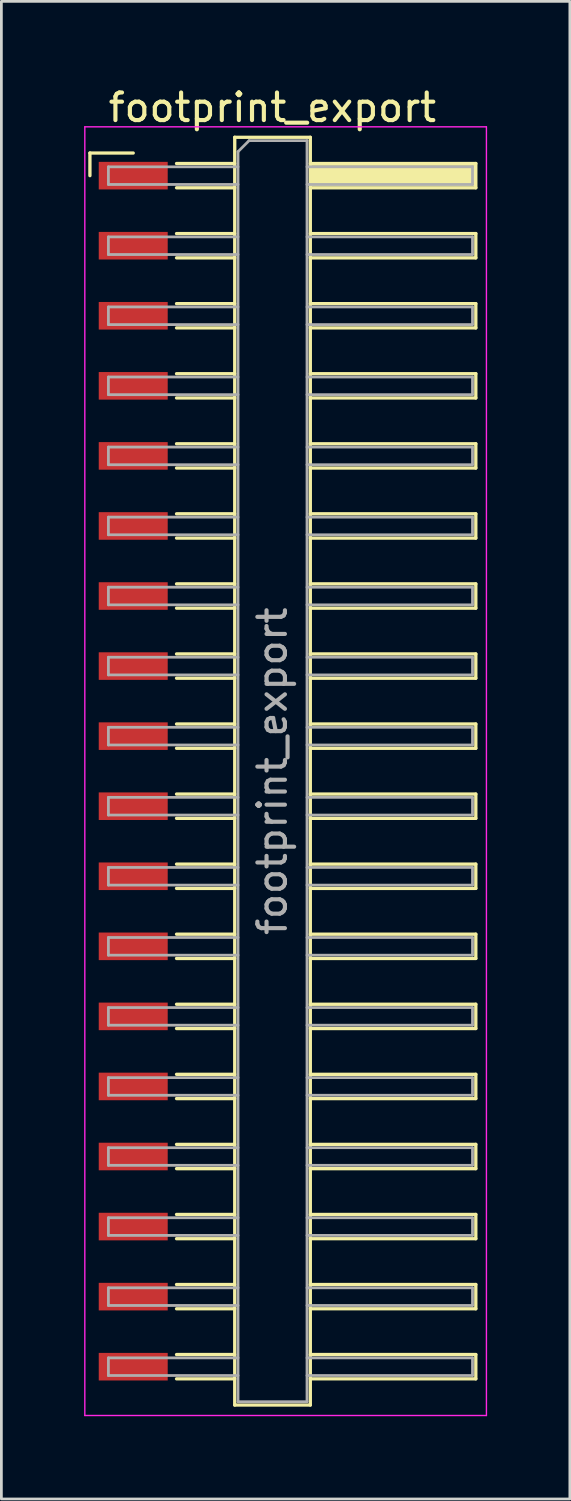
<source format=kicad_pcb>
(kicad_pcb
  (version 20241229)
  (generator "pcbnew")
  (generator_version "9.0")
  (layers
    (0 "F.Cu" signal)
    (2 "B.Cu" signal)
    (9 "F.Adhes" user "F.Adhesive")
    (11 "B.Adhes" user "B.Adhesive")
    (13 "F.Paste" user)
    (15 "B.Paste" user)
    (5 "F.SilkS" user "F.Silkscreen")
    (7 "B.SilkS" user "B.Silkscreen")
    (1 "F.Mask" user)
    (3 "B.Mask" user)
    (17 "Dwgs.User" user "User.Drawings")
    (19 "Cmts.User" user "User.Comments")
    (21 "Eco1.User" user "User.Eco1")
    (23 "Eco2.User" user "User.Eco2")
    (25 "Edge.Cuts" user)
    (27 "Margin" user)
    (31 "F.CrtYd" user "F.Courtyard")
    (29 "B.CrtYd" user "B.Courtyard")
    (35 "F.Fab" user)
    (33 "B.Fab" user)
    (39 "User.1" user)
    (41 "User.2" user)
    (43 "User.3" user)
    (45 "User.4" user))
  (footprint "footprint_export"
    (layer "F.Cu")
    (at 7.305 24.908)
    (property "Reference" "footprint_export" (at -0.48 -24.06 0) (layer "F.SilkS") (effects (font (size 1 1) (thickness 0.15))))
    (attr smd)
    (fp_line (start -7.095 -22.41) (end -5.525 -22.41) (stroke (width 0.12) (type solid)) (layer "F.SilkS"))
    (fp_line (start -7.095 -21.59) (end -7.095 -22.41) (stroke (width 0.12) (type solid)) (layer "F.SilkS"))
    (fp_line (start -3.955 -22.03) (end -1.845 -22.03) (stroke (width 0.12) (type solid)) (layer "F.SilkS"))
    (fp_line (start -3.955 -21.15) (end -1.845 -21.15) (stroke (width 0.12) (type solid)) (layer "F.SilkS"))
    (fp_line (start -3.955 -19.49) (end -1.845 -19.49) (stroke (width 0.12) (type solid)) (layer "F.SilkS"))
    (fp_line (start -3.955 -18.61) (end -1.845 -18.61) (stroke (width 0.12) (type solid)) (layer "F.SilkS"))
    (fp_line (start -3.955 -16.95) (end -1.845 -16.95) (stroke (width 0.12) (type solid)) (layer "F.SilkS"))
    (fp_line (start -3.955 -16.07) (end -1.845 -16.07) (stroke (width 0.12) (type solid)) (layer "F.SilkS"))
    (fp_line (start -3.955 -14.41) (end -1.845 -14.41) (stroke (width 0.12) (type solid)) (layer "F.SilkS"))
    (fp_line (start -3.955 -13.53) (end -1.845 -13.53) (stroke (width 0.12) (type solid)) (layer "F.SilkS"))
    (fp_line (start -3.955 -11.87) (end -1.845 -11.87) (stroke (width 0.12) (type solid)) (layer "F.SilkS"))
    (fp_line (start -3.955 -10.99) (end -1.845 -10.99) (stroke (width 0.12) (type solid)) (layer "F.SilkS"))
    (fp_line (start -3.955 -9.33) (end -1.845 -9.33) (stroke (width 0.12) (type solid)) (layer "F.SilkS"))
    (fp_line (start -3.955 -8.45) (end -1.845 -8.45) (stroke (width 0.12) (type solid)) (layer "F.SilkS"))
    (fp_line (start -3.955 -6.79) (end -1.845 -6.79) (stroke (width 0.12) (type solid)) (layer "F.SilkS"))
    (fp_line (start -3.955 -5.91) (end -1.845 -5.91) (stroke (width 0.12) (type solid)) (layer "F.SilkS"))
    (fp_line (start -3.955 -4.25) (end -1.845 -4.25) (stroke (width 0.12) (type solid)) (layer "F.SilkS"))
    (fp_line (start -3.955 -3.37) (end -1.845 -3.37) (stroke (width 0.12) (type solid)) (layer "F.SilkS"))
    (fp_line (start -3.955 -1.71) (end -1.845 -1.71) (stroke (width 0.12) (type solid)) (layer "F.SilkS"))
    (fp_line (start -3.955 -0.83) (end -1.845 -0.83) (stroke (width 0.12) (type solid)) (layer "F.SilkS"))
    (fp_line (start -3.955 0.83) (end -1.845 0.83) (stroke (width 0.12) (type solid)) (layer "F.SilkS"))
    (fp_line (start -3.955 1.71) (end -1.845 1.71) (stroke (width 0.12) (type solid)) (layer "F.SilkS"))
    (fp_line (start -3.955 3.37) (end -1.845 3.37) (stroke (width 0.12) (type solid)) (layer "F.SilkS"))
    (fp_line (start -3.955 4.25) (end -1.845 4.25) (stroke (width 0.12) (type solid)) (layer "F.SilkS"))
    (fp_line (start -3.955 5.91) (end -1.845 5.91) (stroke (width 0.12) (type solid)) (layer "F.SilkS"))
    (fp_line (start -3.955 6.79) (end -1.845 6.79) (stroke (width 0.12) (type solid)) (layer "F.SilkS"))
    (fp_line (start -3.955 8.45) (end -1.845 8.45) (stroke (width 0.12) (type solid)) (layer "F.SilkS"))
    (fp_line (start -3.955 9.33) (end -1.845 9.33) (stroke (width 0.12) (type solid)) (layer "F.SilkS"))
    (fp_line (start -3.955 10.99) (end -1.845 10.99) (stroke (width 0.12) (type solid)) (layer "F.SilkS"))
    (fp_line (start -3.955 11.87) (end -1.845 11.87) (stroke (width 0.12) (type solid)) (layer "F.SilkS"))
    (fp_line (start -3.955 13.53) (end -1.845 13.53) (stroke (width 0.12) (type solid)) (layer "F.SilkS"))
    (fp_line (start -3.955 14.41) (end -1.845 14.41) (stroke (width 0.12) (type solid)) (layer "F.SilkS"))
    (fp_line (start -3.955 16.07) (end -1.845 16.07) (stroke (width 0.12) (type solid)) (layer "F.SilkS"))
    (fp_line (start -3.955 16.95) (end -1.845 16.95) (stroke (width 0.12) (type solid)) (layer "F.SilkS"))
    (fp_line (start -3.955 18.61) (end -1.845 18.61) (stroke (width 0.12) (type solid)) (layer "F.SilkS"))
    (fp_line (start -3.955 19.49) (end -1.845 19.49) (stroke (width 0.12) (type solid)) (layer "F.SilkS"))
    (fp_line (start -3.955 21.15) (end -1.845 21.15) (stroke (width 0.12) (type solid)) (layer "F.SilkS"))
    (fp_line (start -3.955 22.03) (end -1.845 22.03) (stroke (width 0.12) (type solid)) (layer "F.SilkS"))
    (fp_line (start -1.845 -22.98) (end 0.895 -22.98) (stroke (width 0.12) (type solid)) (layer "F.SilkS"))
    (fp_line (start -1.845 22.98) (end -1.845 -22.98) (stroke (width 0.12) (type solid)) (layer "F.SilkS"))
    (fp_line (start 0.895 -22.98) (end 0.895 22.98) (stroke (width 0.12) (type solid)) (layer "F.SilkS"))
    (fp_line (start 0.895 -22.03) (end 6.895 -22.03) (stroke (width 0.12) (type solid)) (layer "F.SilkS"))
    (fp_line (start 0.895 -19.49) (end 6.895 -19.49) (stroke (width 0.12) (type solid)) (layer "F.SilkS"))
    (fp_line (start 0.895 -16.95) (end 6.895 -16.95) (stroke (width 0.12) (type solid)) (layer "F.SilkS"))
    (fp_line (start 0.895 -14.41) (end 6.895 -14.41) (stroke (width 0.12) (type solid)) (layer "F.SilkS"))
    (fp_line (start 0.895 -11.87) (end 6.895 -11.87) (stroke (width 0.12) (type solid)) (layer "F.SilkS"))
    (fp_line (start 0.895 -9.33) (end 6.895 -9.33) (stroke (width 0.12) (type solid)) (layer "F.SilkS"))
    (fp_line (start 0.895 -6.79) (end 6.895 -6.79) (stroke (width 0.12) (type solid)) (layer "F.SilkS"))
    (fp_line (start 0.895 -4.25) (end 6.895 -4.25) (stroke (width 0.12) (type solid)) (layer "F.SilkS"))
    (fp_line (start 0.895 -1.71) (end 6.895 -1.71) (stroke (width 0.12) (type solid)) (layer "F.SilkS"))
    (fp_line (start 0.895 0.83) (end 6.895 0.83) (stroke (width 0.12) (type solid)) (layer "F.SilkS"))
    (fp_line (start 0.895 3.37) (end 6.895 3.37) (stroke (width 0.12) (type solid)) (layer "F.SilkS"))
    (fp_line (start 0.895 5.91) (end 6.895 5.91) (stroke (width 0.12) (type solid)) (layer "F.SilkS"))
    (fp_line (start 0.895 8.45) (end 6.895 8.45) (stroke (width 0.12) (type solid)) (layer "F.SilkS"))
    (fp_line (start 0.895 10.99) (end 6.895 10.99) (stroke (width 0.12) (type solid)) (layer "F.SilkS"))
    (fp_line (start 0.895 13.53) (end 6.895 13.53) (stroke (width 0.12) (type solid)) (layer "F.SilkS"))
    (fp_line (start 0.895 16.07) (end 6.895 16.07) (stroke (width 0.12) (type solid)) (layer "F.SilkS"))
    (fp_line (start 0.895 18.61) (end 6.895 18.61) (stroke (width 0.12) (type solid)) (layer "F.SilkS"))
    (fp_line (start 0.895 21.15) (end 6.895 21.15) (stroke (width 0.12) (type solid)) (layer "F.SilkS"))
    (fp_line (start 0.895 22.98) (end -1.845 22.98) (stroke (width 0.12) (type solid)) (layer "F.SilkS"))
    (fp_line (start 6.895 -22.03) (end 6.895 -21.15) (stroke (width 0.12) (type solid)) (layer "F.SilkS"))
    (fp_line (start 6.895 -21.15) (end 0.895 -21.15) (stroke (width 0.12) (type solid)) (layer "F.SilkS"))
    (fp_line (start 6.895 -19.49) (end 6.895 -18.61) (stroke (width 0.12) (type solid)) (layer "F.SilkS"))
    (fp_line (start 6.895 -18.61) (end 0.895 -18.61) (stroke (width 0.12) (type solid)) (layer "F.SilkS"))
    (fp_line (start 6.895 -16.95) (end 6.895 -16.07) (stroke (width 0.12) (type solid)) (layer "F.SilkS"))
    (fp_line (start 6.895 -16.07) (end 0.895 -16.07) (stroke (width 0.12) (type solid)) (layer "F.SilkS"))
    (fp_line (start 6.895 -14.41) (end 6.895 -13.53) (stroke (width 0.12) (type solid)) (layer "F.SilkS"))
    (fp_line (start 6.895 -13.53) (end 0.895 -13.53) (stroke (width 0.12) (type solid)) (layer "F.SilkS"))
    (fp_line (start 6.895 -11.87) (end 6.895 -10.99) (stroke (width 0.12) (type solid)) (layer "F.SilkS"))
    (fp_line (start 6.895 -10.99) (end 0.895 -10.99) (stroke (width 0.12) (type solid)) (layer "F.SilkS"))
    (fp_line (start 6.895 -9.33) (end 6.895 -8.45) (stroke (width 0.12) (type solid)) (layer "F.SilkS"))
    (fp_line (start 6.895 -8.45) (end 0.895 -8.45) (stroke (width 0.12) (type solid)) (layer "F.SilkS"))
    (fp_line (start 6.895 -6.79) (end 6.895 -5.91) (stroke (width 0.12) (type solid)) (layer "F.SilkS"))
    (fp_line (start 6.895 -5.91) (end 0.895 -5.91) (stroke (width 0.12) (type solid)) (layer "F.SilkS"))
    (fp_line (start 6.895 -4.25) (end 6.895 -3.37) (stroke (width 0.12) (type solid)) (layer "F.SilkS"))
    (fp_line (start 6.895 -3.37) (end 0.895 -3.37) (stroke (width 0.12) (type solid)) (layer "F.SilkS"))
    (fp_line (start 6.895 -1.71) (end 6.895 -0.83) (stroke (width 0.12) (type solid)) (layer "F.SilkS"))
    (fp_line (start 6.895 -0.83) (end 0.895 -0.83) (stroke (width 0.12) (type solid)) (layer "F.SilkS"))
    (fp_line (start 6.895 0.83) (end 6.895 1.71) (stroke (width 0.12) (type solid)) (layer "F.SilkS"))
    (fp_line (start 6.895 1.71) (end 0.895 1.71) (stroke (width 0.12) (type solid)) (layer "F.SilkS"))
    (fp_line (start 6.895 3.37) (end 6.895 4.25) (stroke (width 0.12) (type solid)) (layer "F.SilkS"))
    (fp_line (start 6.895 4.25) (end 0.895 4.25) (stroke (width 0.12) (type solid)) (layer "F.SilkS"))
    (fp_line (start 6.895 5.91) (end 6.895 6.79) (stroke (width 0.12) (type solid)) (layer "F.SilkS"))
    (fp_line (start 6.895 6.79) (end 0.895 6.79) (stroke (width 0.12) (type solid)) (layer "F.SilkS"))
    (fp_line (start 6.895 8.45) (end 6.895 9.33) (stroke (width 0.12) (type solid)) (layer "F.SilkS"))
    (fp_line (start 6.895 9.33) (end 0.895 9.33) (stroke (width 0.12) (type solid)) (layer "F.SilkS"))
    (fp_line (start 6.895 10.99) (end 6.895 11.87) (stroke (width 0.12) (type solid)) (layer "F.SilkS"))
    (fp_line (start 6.895 11.87) (end 0.895 11.87) (stroke (width 0.12) (type solid)) (layer "F.SilkS"))
    (fp_line (start 6.895 13.53) (end 6.895 14.41) (stroke (width 0.12) (type solid)) (layer "F.SilkS"))
    (fp_line (start 6.895 14.41) (end 0.895 14.41) (stroke (width 0.12) (type solid)) (layer "F.SilkS"))
    (fp_line (start 6.895 16.07) (end 6.895 16.95) (stroke (width 0.12) (type solid)) (layer "F.SilkS"))
    (fp_line (start 6.895 16.95) (end 0.895 16.95) (stroke (width 0.12) (type solid)) (layer "F.SilkS"))
    (fp_line (start 6.895 18.61) (end 6.895 19.49) (stroke (width 0.12) (type solid)) (layer "F.SilkS"))
    (fp_line (start 6.895 19.49) (end 0.895 19.49) (stroke (width 0.12) (type solid)) (layer "F.SilkS"))
    (fp_line (start 6.895 21.15) (end 6.895 22.03) (stroke (width 0.12) (type solid)) (layer "F.SilkS"))
    (fp_line (start 6.895 22.03) (end 0.895 22.03) (stroke (width 0.12) (type solid)) (layer "F.SilkS"))
    (fp_line (start -7.28 -23.36) (end 7.28 -23.36) (stroke (width 0.05) (type solid)) (layer "F.CrtYd"))
    (fp_line (start -7.28 23.36) (end -7.28 -23.36) (stroke (width 0.05) (type solid)) (layer "F.CrtYd"))
    (fp_line (start 7.28 -23.36) (end 7.28 23.36) (stroke (width 0.05) (type solid)) (layer "F.CrtYd"))
    (fp_line (start 7.28 23.36) (end -7.28 23.36) (stroke (width 0.05) (type solid)) (layer "F.CrtYd"))
    (fp_line (start -6.425 -21.91) (end -6.425 -21.27) (stroke (width 0.1) (type solid)) (layer "F.Fab"))
    (fp_line (start -6.425 -21.27) (end -1.725 -21.27) (stroke (width 0.1) (type solid)) (layer "F.Fab"))
    (fp_line (start -6.425 -19.37) (end -6.425 -18.73) (stroke (width 0.1) (type solid)) (layer "F.Fab"))
    (fp_line (start -6.425 -18.73) (end -1.725 -18.73) (stroke (width 0.1) (type solid)) (layer "F.Fab"))
    (fp_line (start -6.425 -16.83) (end -6.425 -16.19) (stroke (width 0.1) (type solid)) (layer "F.Fab"))
    (fp_line (start -6.425 -16.19) (end -1.725 -16.19) (stroke (width 0.1) (type solid)) (layer "F.Fab"))
    (fp_line (start -6.425 -14.29) (end -6.425 -13.65) (stroke (width 0.1) (type solid)) (layer "F.Fab"))
    (fp_line (start -6.425 -13.65) (end -1.725 -13.65) (stroke (width 0.1) (type solid)) (layer "F.Fab"))
    (fp_line (start -6.425 -11.75) (end -6.425 -11.11) (stroke (width 0.1) (type solid)) (layer "F.Fab"))
    (fp_line (start -6.425 -11.11) (end -1.725 -11.11) (stroke (width 0.1) (type solid)) (layer "F.Fab"))
    (fp_line (start -6.425 -9.21) (end -6.425 -8.57) (stroke (width 0.1) (type solid)) (layer "F.Fab"))
    (fp_line (start -6.425 -8.57) (end -1.725 -8.57) (stroke (width 0.1) (type solid)) (layer "F.Fab"))
    (fp_line (start -6.425 -6.67) (end -6.425 -6.03) (stroke (width 0.1) (type solid)) (layer "F.Fab"))
    (fp_line (start -6.425 -6.03) (end -1.725 -6.03) (stroke (width 0.1) (type solid)) (layer "F.Fab"))
    (fp_line (start -6.425 -4.13) (end -6.425 -3.49) (stroke (width 0.1) (type solid)) (layer "F.Fab"))
    (fp_line (start -6.425 -3.49) (end -1.725 -3.49) (stroke (width 0.1) (type solid)) (layer "F.Fab"))
    (fp_line (start -6.425 -1.59) (end -6.425 -0.95) (stroke (width 0.1) (type solid)) (layer "F.Fab"))
    (fp_line (start -6.425 -0.95) (end -1.725 -0.95) (stroke (width 0.1) (type solid)) (layer "F.Fab"))
    (fp_line (start -6.425 0.95) (end -6.425 1.59) (stroke (width 0.1) (type solid)) (layer "F.Fab"))
    (fp_line (start -6.425 1.59) (end -1.725 1.59) (stroke (width 0.1) (type solid)) (layer "F.Fab"))
    (fp_line (start -6.425 3.49) (end -6.425 4.13) (stroke (width 0.1) (type solid)) (layer "F.Fab"))
    (fp_line (start -6.425 4.13) (end -1.725 4.13) (stroke (width 0.1) (type solid)) (layer "F.Fab"))
    (fp_line (start -6.425 6.03) (end -6.425 6.67) (stroke (width 0.1) (type solid)) (layer "F.Fab"))
    (fp_line (start -6.425 6.67) (end -1.725 6.67) (stroke (width 0.1) (type solid)) (layer "F.Fab"))
    (fp_line (start -6.425 8.57) (end -6.425 9.21) (stroke (width 0.1) (type solid)) (layer "F.Fab"))
    (fp_line (start -6.425 9.21) (end -1.725 9.21) (stroke (width 0.1) (type solid)) (layer "F.Fab"))
    (fp_line (start -6.425 11.11) (end -6.425 11.75) (stroke (width 0.1) (type solid)) (layer "F.Fab"))
    (fp_line (start -6.425 11.75) (end -1.725 11.75) (stroke (width 0.1) (type solid)) (layer "F.Fab"))
    (fp_line (start -6.425 13.65) (end -6.425 14.29) (stroke (width 0.1) (type solid)) (layer "F.Fab"))
    (fp_line (start -6.425 14.29) (end -1.725 14.29) (stroke (width 0.1) (type solid)) (layer "F.Fab"))
    (fp_line (start -6.425 16.19) (end -6.425 16.83) (stroke (width 0.1) (type solid)) (layer "F.Fab"))
    (fp_line (start -6.425 16.83) (end -1.725 16.83) (stroke (width 0.1) (type solid)) (layer "F.Fab"))
    (fp_line (start -6.425 18.73) (end -6.425 19.37) (stroke (width 0.1) (type solid)) (layer "F.Fab"))
    (fp_line (start -6.425 19.37) (end -1.725 19.37) (stroke (width 0.1) (type solid)) (layer "F.Fab"))
    (fp_line (start -6.425 21.27) (end -6.425 21.91) (stroke (width 0.1) (type solid)) (layer "F.Fab"))
    (fp_line (start -6.425 21.91) (end -1.725 21.91) (stroke (width 0.1) (type solid)) (layer "F.Fab"))
    (fp_line (start -1.725 -22.46) (end -1.325 -22.86) (stroke (width 0.1) (type solid)) (layer "F.Fab"))
    (fp_line (start -1.725 -21.91) (end -6.425 -21.91) (stroke (width 0.1) (type solid)) (layer "F.Fab"))
    (fp_line (start -1.725 -19.37) (end -6.425 -19.37) (stroke (width 0.1) (type solid)) (layer "F.Fab"))
    (fp_line (start -1.725 -16.83) (end -6.425 -16.83) (stroke (width 0.1) (type solid)) (layer "F.Fab"))
    (fp_line (start -1.725 -14.29) (end -6.425 -14.29) (stroke (width 0.1) (type solid)) (layer "F.Fab"))
    (fp_line (start -1.725 -11.75) (end -6.425 -11.75) (stroke (width 0.1) (type solid)) (layer "F.Fab"))
    (fp_line (start -1.725 -9.21) (end -6.425 -9.21) (stroke (width 0.1) (type solid)) (layer "F.Fab"))
    (fp_line (start -1.725 -6.67) (end -6.425 -6.67) (stroke (width 0.1) (type solid)) (layer "F.Fab"))
    (fp_line (start -1.725 -4.13) (end -6.425 -4.13) (stroke (width 0.1) (type solid)) (layer "F.Fab"))
    (fp_line (start -1.725 -1.59) (end -6.425 -1.59) (stroke (width 0.1) (type solid)) (layer "F.Fab"))
    (fp_line (start -1.725 0.95) (end -6.425 0.95) (stroke (width 0.1) (type solid)) (layer "F.Fab"))
    (fp_line (start -1.725 3.49) (end -6.425 3.49) (stroke (width 0.1) (type solid)) (layer "F.Fab"))
    (fp_line (start -1.725 6.03) (end -6.425 6.03) (stroke (width 0.1) (type solid)) (layer "F.Fab"))
    (fp_line (start -1.725 8.57) (end -6.425 8.57) (stroke (width 0.1) (type solid)) (layer "F.Fab"))
    (fp_line (start -1.725 11.11) (end -6.425 11.11) (stroke (width 0.1) (type solid)) (layer "F.Fab"))
    (fp_line (start -1.725 13.65) (end -6.425 13.65) (stroke (width 0.1) (type solid)) (layer "F.Fab"))
    (fp_line (start -1.725 16.19) (end -6.425 16.19) (stroke (width 0.1) (type solid)) (layer "F.Fab"))
    (fp_line (start -1.725 18.73) (end -6.425 18.73) (stroke (width 0.1) (type solid)) (layer "F.Fab"))
    (fp_line (start -1.725 21.27) (end -6.425 21.27) (stroke (width 0.1) (type solid)) (layer "F.Fab"))
    (fp_line (start -1.725 22.86) (end -1.725 -22.46) (stroke (width 0.1) (type solid)) (layer "F.Fab"))
    (fp_line (start -1.325 -22.86) (end 0.775 -22.86) (stroke (width 0.1) (type solid)) (layer "F.Fab"))
    (fp_line (start 0.775 -22.86) (end 0.775 22.86) (stroke (width 0.1) (type solid)) (layer "F.Fab"))
    (fp_line (start 0.775 -21.91) (end 6.775 -21.91) (stroke (width 0.1) (type solid)) (layer "F.Fab"))
    (fp_line (start 0.775 -19.37) (end 6.775 -19.37) (stroke (width 0.1) (type solid)) (layer "F.Fab"))
    (fp_line (start 0.775 -16.83) (end 6.775 -16.83) (stroke (width 0.1) (type solid)) (layer "F.Fab"))
    (fp_line (start 0.775 -14.29) (end 6.775 -14.29) (stroke (width 0.1) (type solid)) (layer "F.Fab"))
    (fp_line (start 0.775 -11.75) (end 6.775 -11.75) (stroke (width 0.1) (type solid)) (layer "F.Fab"))
    (fp_line (start 0.775 -9.21) (end 6.775 -9.21) (stroke (width 0.1) (type solid)) (layer "F.Fab"))
    (fp_line (start 0.775 -6.67) (end 6.775 -6.67) (stroke (width 0.1) (type solid)) (layer "F.Fab"))
    (fp_line (start 0.775 -4.13) (end 6.775 -4.13) (stroke (width 0.1) (type solid)) (layer "F.Fab"))
    (fp_line (start 0.775 -1.59) (end 6.775 -1.59) (stroke (width 0.1) (type solid)) (layer "F.Fab"))
    (fp_line (start 0.775 0.95) (end 6.775 0.95) (stroke (width 0.1) (type solid)) (layer "F.Fab"))
    (fp_line (start 0.775 3.49) (end 6.775 3.49) (stroke (width 0.1) (type solid)) (layer "F.Fab"))
    (fp_line (start 0.775 6.03) (end 6.775 6.03) (stroke (width 0.1) (type solid)) (layer "F.Fab"))
    (fp_line (start 0.775 8.57) (end 6.775 8.57) (stroke (width 0.1) (type solid)) (layer "F.Fab"))
    (fp_line (start 0.775 11.11) (end 6.775 11.11) (stroke (width 0.1) (type solid)) (layer "F.Fab"))
    (fp_line (start 0.775 13.65) (end 6.775 13.65) (stroke (width 0.1) (type solid)) (layer "F.Fab"))
    (fp_line (start 0.775 16.19) (end 6.775 16.19) (stroke (width 0.1) (type solid)) (layer "F.Fab"))
    (fp_line (start 0.775 18.73) (end 6.775 18.73) (stroke (width 0.1) (type solid)) (layer "F.Fab"))
    (fp_line (start 0.775 21.27) (end 6.775 21.27) (stroke (width 0.1) (type solid)) (layer "F.Fab"))
    (fp_line (start 0.775 22.86) (end -1.725 22.86) (stroke (width 0.1) (type solid)) (layer "F.Fab"))
    (fp_line (start 6.775 -21.91) (end 6.775 -21.27) (stroke (width 0.1) (type solid)) (layer "F.Fab"))
    (fp_line (start 6.775 -21.27) (end 0.775 -21.27) (stroke (width 0.1) (type solid)) (layer "F.Fab"))
    (fp_line (start 6.775 -19.37) (end 6.775 -18.73) (stroke (width 0.1) (type solid)) (layer "F.Fab"))
    (fp_line (start 6.775 -18.73) (end 0.775 -18.73) (stroke (width 0.1) (type solid)) (layer "F.Fab"))
    (fp_line (start 6.775 -16.83) (end 6.775 -16.19) (stroke (width 0.1) (type solid)) (layer "F.Fab"))
    (fp_line (start 6.775 -16.19) (end 0.775 -16.19) (stroke (width 0.1) (type solid)) (layer "F.Fab"))
    (fp_line (start 6.775 -14.29) (end 6.775 -13.65) (stroke (width 0.1) (type solid)) (layer "F.Fab"))
    (fp_line (start 6.775 -13.65) (end 0.775 -13.65) (stroke (width 0.1) (type solid)) (layer "F.Fab"))
    (fp_line (start 6.775 -11.75) (end 6.775 -11.11) (stroke (width 0.1) (type solid)) (layer "F.Fab"))
    (fp_line (start 6.775 -11.11) (end 0.775 -11.11) (stroke (width 0.1) (type solid)) (layer "F.Fab"))
    (fp_line (start 6.775 -9.21) (end 6.775 -8.57) (stroke (width 0.1) (type solid)) (layer "F.Fab"))
    (fp_line (start 6.775 -8.57) (end 0.775 -8.57) (stroke (width 0.1) (type solid)) (layer "F.Fab"))
    (fp_line (start 6.775 -6.67) (end 6.775 -6.03) (stroke (width 0.1) (type solid)) (layer "F.Fab"))
    (fp_line (start 6.775 -6.03) (end 0.775 -6.03) (stroke (width 0.1) (type solid)) (layer "F.Fab"))
    (fp_line (start 6.775 -4.13) (end 6.775 -3.49) (stroke (width 0.1) (type solid)) (layer "F.Fab"))
    (fp_line (start 6.775 -3.49) (end 0.775 -3.49) (stroke (width 0.1) (type solid)) (layer "F.Fab"))
    (fp_line (start 6.775 -1.59) (end 6.775 -0.95) (stroke (width 0.1) (type solid)) (layer "F.Fab"))
    (fp_line (start 6.775 -0.95) (end 0.775 -0.95) (stroke (width 0.1) (type solid)) (layer "F.Fab"))
    (fp_line (start 6.775 0.95) (end 6.775 1.59) (stroke (width 0.1) (type solid)) (layer "F.Fab"))
    (fp_line (start 6.775 1.59) (end 0.775 1.59) (stroke (width 0.1) (type solid)) (layer "F.Fab"))
    (fp_line (start 6.775 3.49) (end 6.775 4.13) (stroke (width 0.1) (type solid)) (layer "F.Fab"))
    (fp_line (start 6.775 4.13) (end 0.775 4.13) (stroke (width 0.1) (type solid)) (layer "F.Fab"))
    (fp_line (start 6.775 6.03) (end 6.775 6.67) (stroke (width 0.1) (type solid)) (layer "F.Fab"))
    (fp_line (start 6.775 6.67) (end 0.775 6.67) (stroke (width 0.1) (type solid)) (layer "F.Fab"))
    (fp_line (start 6.775 8.57) (end 6.775 9.21) (stroke (width 0.1) (type solid)) (layer "F.Fab"))
    (fp_line (start 6.775 9.21) (end 0.775 9.21) (stroke (width 0.1) (type solid)) (layer "F.Fab"))
    (fp_line (start 6.775 11.11) (end 6.775 11.75) (stroke (width 0.1) (type solid)) (layer "F.Fab"))
    (fp_line (start 6.775 11.75) (end 0.775 11.75) (stroke (width 0.1) (type solid)) (layer "F.Fab"))
    (fp_line (start 6.775 13.65) (end 6.775 14.29) (stroke (width 0.1) (type solid)) (layer "F.Fab"))
    (fp_line (start 6.775 14.29) (end 0.775 14.29) (stroke (width 0.1) (type solid)) (layer "F.Fab"))
    (fp_line (start 6.775 16.19) (end 6.775 16.83) (stroke (width 0.1) (type solid)) (layer "F.Fab"))
    (fp_line (start 6.775 16.83) (end 0.775 16.83) (stroke (width 0.1) (type solid)) (layer "F.Fab"))
    (fp_line (start 6.775 18.73) (end 6.775 19.37) (stroke (width 0.1) (type solid)) (layer "F.Fab"))
    (fp_line (start 6.775 19.37) (end 0.775 19.37) (stroke (width 0.1) (type solid)) (layer "F.Fab"))
    (fp_line (start 6.775 21.27) (end 6.775 21.91) (stroke (width 0.1) (type solid)) (layer "F.Fab"))
    (fp_line (start 6.775 21.91) (end 0.775 21.91) (stroke (width 0.1) (type solid)) (layer "F.Fab"))
    (fp_text user "${REFERENCE}" (at -0.48 0 90) (layer "F.Fab") (effects (font (size 1 1) (thickness 0.15))))
    (pad "" smd rect (at 3.895 -21.59) (size 6 0.76) (layers "F.SilkS"))
    (pad "1" smd rect (at -5.525 -21.59) (size 2.5 1) (layers "F.Cu" "F.Mask" "F.Paste"))
    (pad "2" smd rect (at -5.525 -19.05) (size 2.5 1) (layers "F.Cu" "F.Mask" "F.Paste"))
    (pad "3" smd rect (at -5.525 -16.51) (size 2.5 1) (layers "F.Cu" "F.Mask" "F.Paste"))
    (pad "4" smd rect (at -5.525 -13.97) (size 2.5 1) (layers "F.Cu" "F.Mask" "F.Paste"))
    (pad "5" smd rect (at -5.525 -11.43) (size 2.5 1) (layers "F.Cu" "F.Mask" "F.Paste"))
    (pad "6" smd rect (at -5.525 -8.89) (size 2.5 1) (layers "F.Cu" "F.Mask" "F.Paste"))
    (pad "7" smd rect (at -5.525 -6.35) (size 2.5 1) (layers "F.Cu" "F.Mask" "F.Paste"))
    (pad "8" smd rect (at -5.525 -3.81) (size 2.5 1) (layers "F.Cu" "F.Mask" "F.Paste"))
    (pad "9" smd rect (at -5.525 -1.27) (size 2.5 1) (layers "F.Cu" "F.Mask" "F.Paste"))
    (pad "10" smd rect (at -5.525 1.27) (size 2.5 1) (layers "F.Cu" "F.Mask" "F.Paste"))
    (pad "11" smd rect (at -5.525 3.81) (size 2.5 1) (layers "F.Cu" "F.Mask" "F.Paste"))
    (pad "12" smd rect (at -5.525 6.35) (size 2.5 1) (layers "F.Cu" "F.Mask" "F.Paste"))
    (pad "13" smd rect (at -5.525 8.89) (size 2.5 1) (layers "F.Cu" "F.Mask" "F.Paste"))
    (pad "14" smd rect (at -5.525 11.43) (size 2.5 1) (layers "F.Cu" "F.Mask" "F.Paste"))
    (pad "15" smd rect (at -5.525 13.97) (size 2.5 1) (layers "F.Cu" "F.Mask" "F.Paste"))
    (pad "16" smd rect (at -5.525 16.51) (size 2.5 1) (layers "F.Cu" "F.Mask" "F.Paste"))
    (pad "17" smd rect (at -5.525 19.05) (size 2.5 1) (layers "F.Cu" "F.Mask" "F.Paste"))
    (pad "18" smd rect (at -5.525 21.59) (size 2.5 1) (layers "F.Cu" "F.Mask" "F.Paste")))
  (gr_rect
    (start -3 -3)
    (end 17.61 51.293)
    (stroke (width 0.1) (type default))
    (fill no)
    (layer "Edge.Cuts")))
</source>
